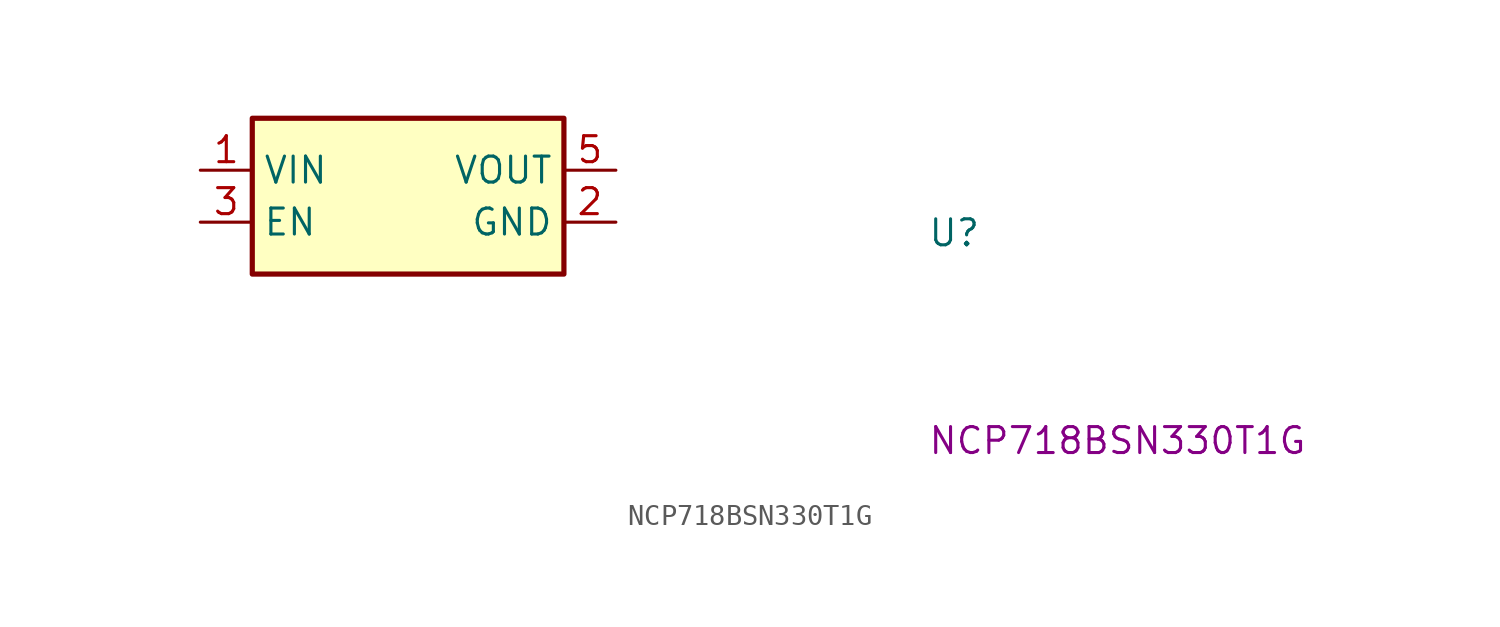
<source format=kicad_sym>
(kicad_symbol_lib
  (version 20220914)
  (generator kicad_symbol_editor)
  (symbol "NCP718BSN330T1G"
    (property "Reference" "U"
      (at 35.56 -3.81 0)
      (effects (font (size 1.27 1.27) (thickness 0.15)) (justify left bottom)))
    (property "MPN" "NCP718BSN330T1G"
      (at 35.56 -13.97 0)
      (effects (font (size 1.27 1.27) (thickness 0.15)) (justify left bottom)))
    (symbol "NCP718BSN330T1G_1_1"
      (rectangle (start 2.54 2.54) (end 17.78 -5.08) (stroke (width 0.254) (type default)) (fill (type background)))
      (pin passive line (at 0 0 0) (length 2.54) (name "VIN" (effects (font (size 1.27 1.27)))) (number "1" (effects (font (size 1.27 1.27)))))
      (pin passive line (at 20.32 -2.54 180) (length 2.54) (name "GND" (effects (font (size 1.27 1.27)))) (number "2" (effects (font (size 1.27 1.27)))))
      (pin passive line (at 0 -2.54 0) (length 2.54) (name "EN" (effects (font (size 1.27 1.27)))) (number "3" (effects (font (size 1.27 1.27)))))
      (pin no_connect line (at 10.16 -5.08 90) (length 2.54) hide (name "NC" (effects (font (size 1.27 1.27)))) (number "4" (effects (font (size 1.27 1.27)))))
      (pin passive line (at 20.32 0 180) (length 2.54) (name "VOUT" (effects (font (size 1.27 1.27)))) (number "5" (effects (font (size 1.27 1.27))))))))
</source>
